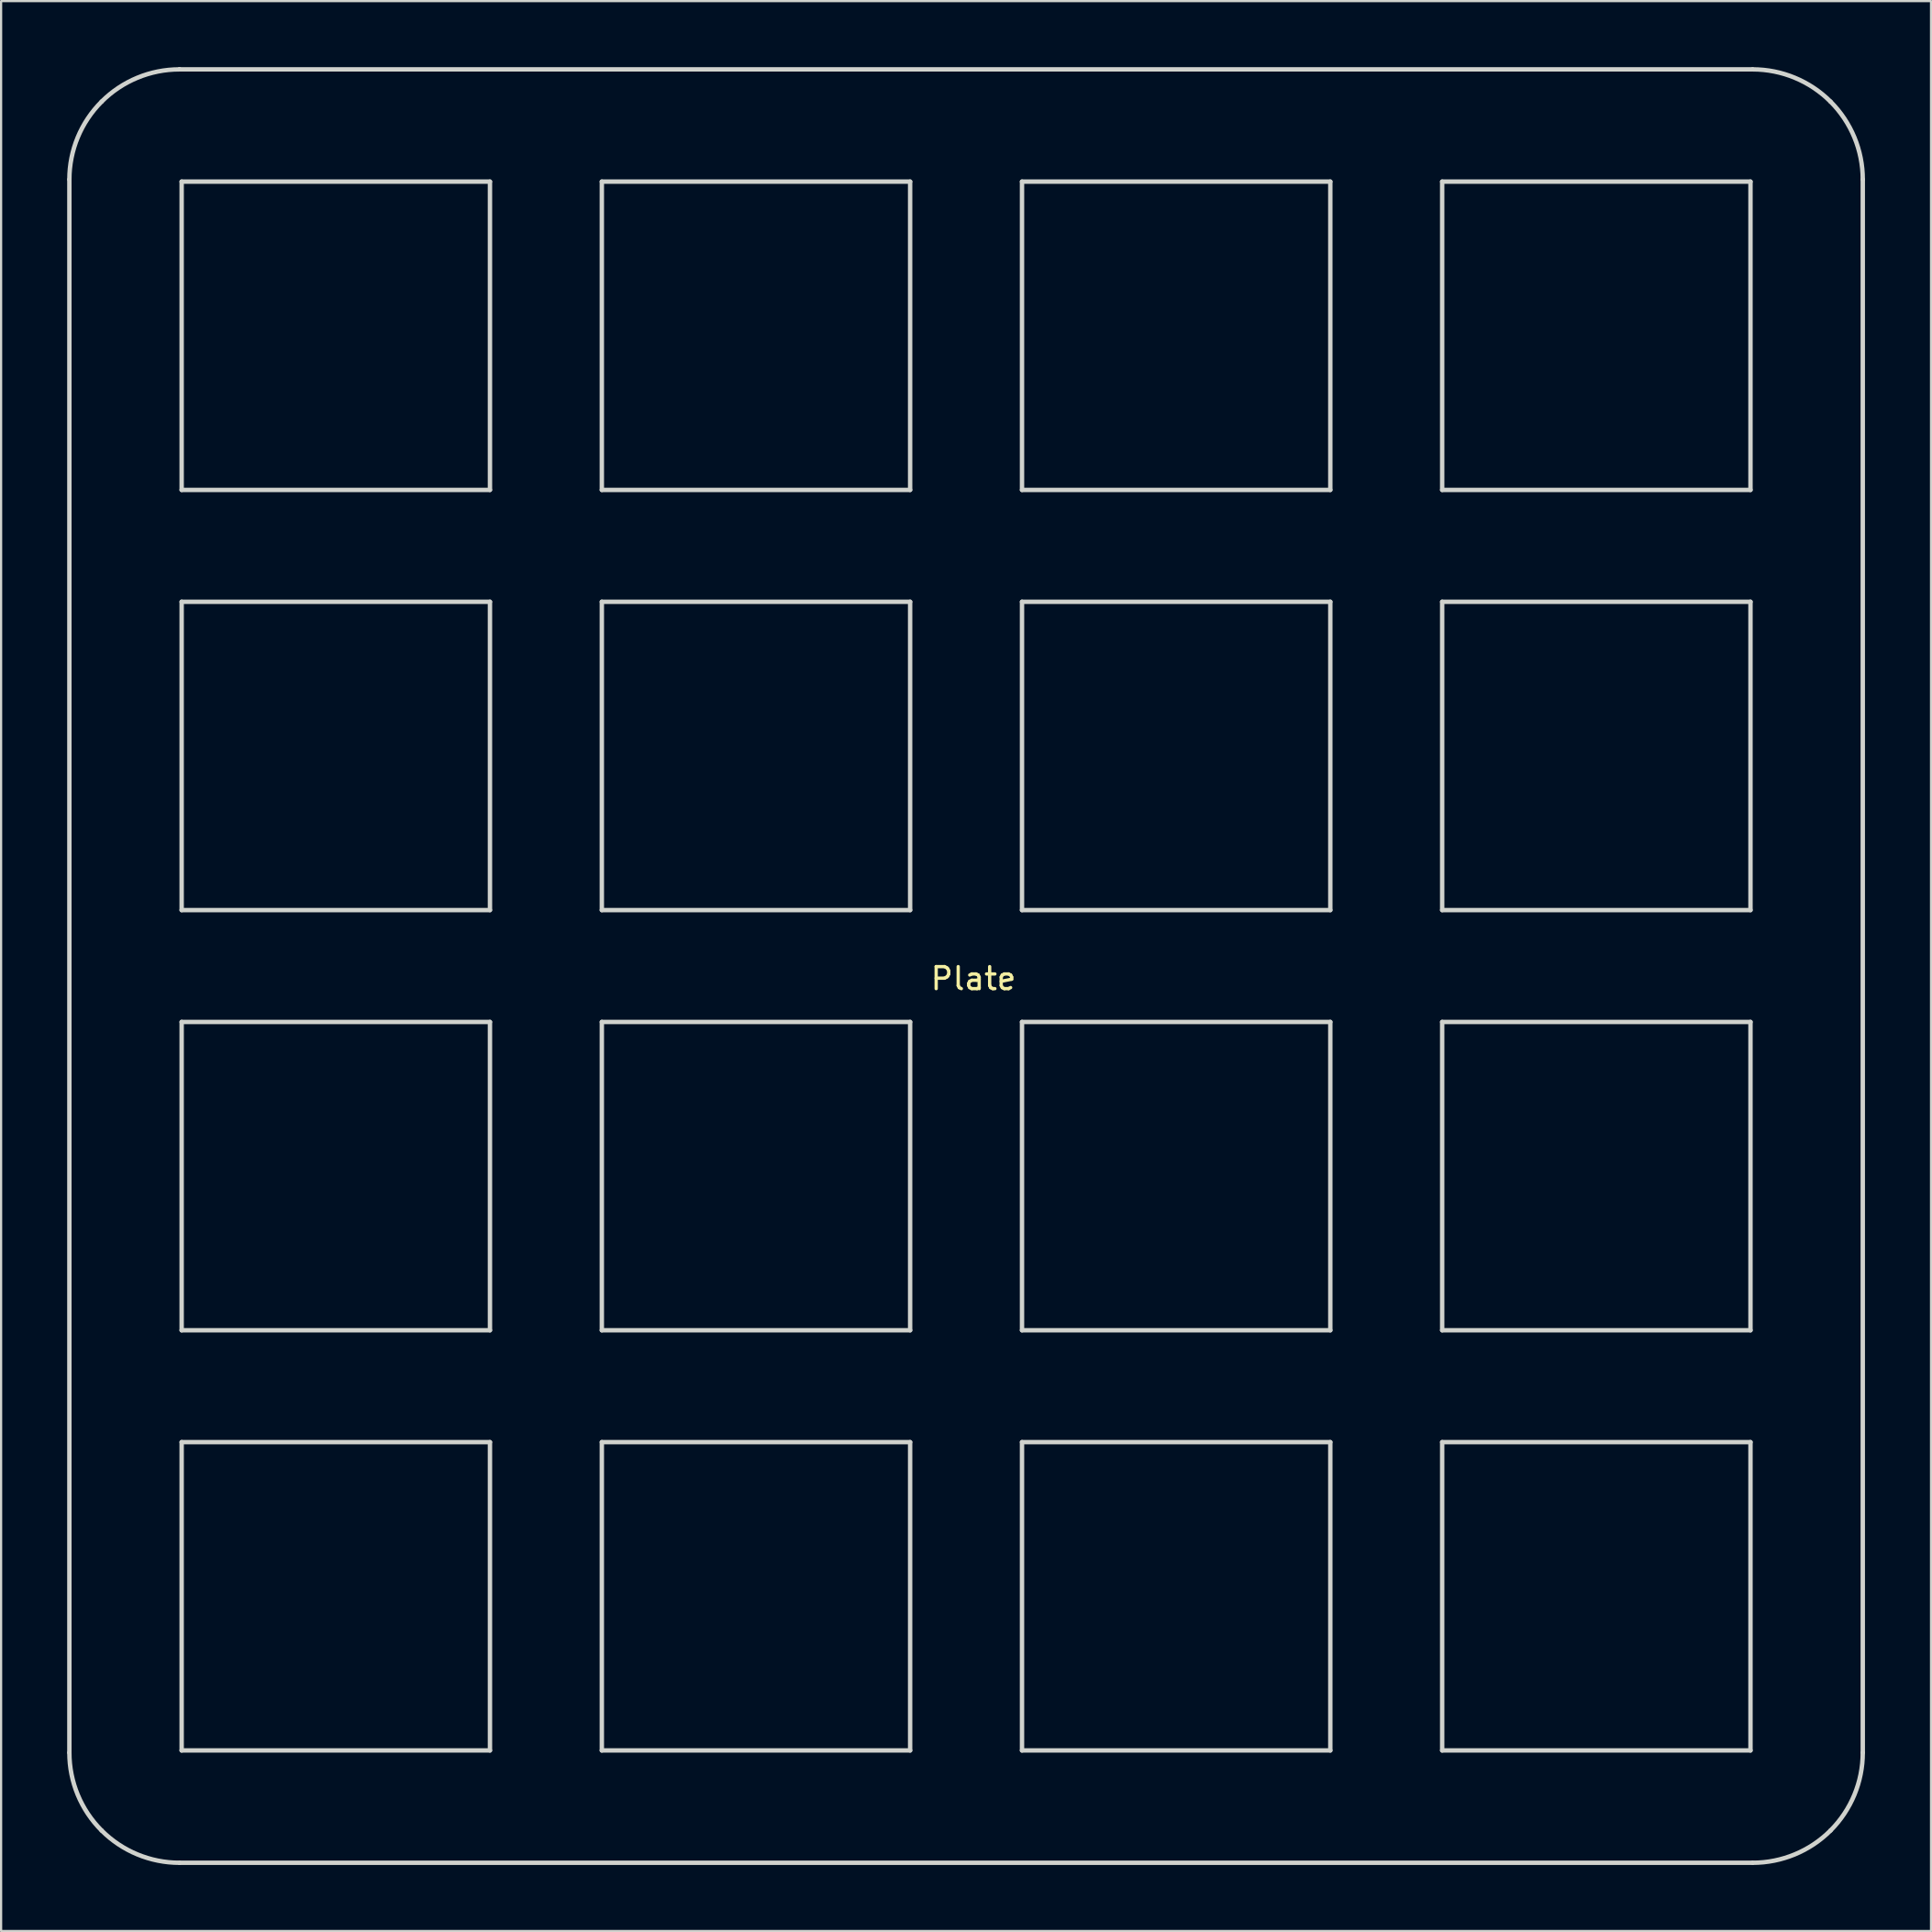
<source format=kicad_pcb>
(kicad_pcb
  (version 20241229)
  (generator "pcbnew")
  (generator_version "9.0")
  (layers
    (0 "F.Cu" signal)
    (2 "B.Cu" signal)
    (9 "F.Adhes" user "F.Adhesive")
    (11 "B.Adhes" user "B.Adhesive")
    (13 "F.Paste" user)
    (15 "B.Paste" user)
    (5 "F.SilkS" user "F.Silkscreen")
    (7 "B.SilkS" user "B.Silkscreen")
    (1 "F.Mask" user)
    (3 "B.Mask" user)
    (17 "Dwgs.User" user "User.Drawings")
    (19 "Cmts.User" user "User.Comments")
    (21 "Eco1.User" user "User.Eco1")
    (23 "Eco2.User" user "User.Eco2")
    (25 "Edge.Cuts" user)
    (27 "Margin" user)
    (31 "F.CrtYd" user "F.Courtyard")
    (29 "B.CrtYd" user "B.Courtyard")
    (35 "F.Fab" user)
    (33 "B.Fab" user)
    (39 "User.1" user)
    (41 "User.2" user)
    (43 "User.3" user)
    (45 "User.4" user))
  (footprint "Plate"
    (layer "F.Cu")
    (at 41.152 40.889)
    (property "Reference" "Plate" (at 0 0.5 0) (layer "F.SilkS") (effects (font (size 1 1) (thickness 0.15))))
    (attr through_hole)
    (fp_line (start -41.052 35.649) (end -41.052 -35.789) (stroke (width 0.2) (type solid)) (layer "Edge.Cuts"))
    (fp_line (start -36.052 -40.789) (end -36.052 -40.789) (stroke (width 0.2) (type solid)) (layer "Edge.Cuts"))
    (fp_line (start -36.052 -40.789) (end 35.386 -40.789) (stroke (width 0.2) (type solid)) (layer "Edge.Cuts"))
    (fp_line (start -35.953 -35.692) (end -21.953 -35.692) (stroke (width 0.2) (type solid)) (layer "Edge.Cuts"))
    (fp_line (start -35.953 -21.692) (end -35.953 -35.692) (stroke (width 0.2) (type solid)) (layer "Edge.Cuts"))
    (fp_line (start -35.953 -16.612) (end -21.953 -16.612) (stroke (width 0.2) (type solid)) (layer "Edge.Cuts"))
    (fp_line (start -35.953 -2.612) (end -35.953 -16.612) (stroke (width 0.2) (type solid)) (layer "Edge.Cuts"))
    (fp_line (start -35.953 2.468) (end -21.953 2.468) (stroke (width 0.2) (type solid)) (layer "Edge.Cuts"))
    (fp_line (start -35.953 16.468) (end -35.953 2.468) (stroke (width 0.2) (type solid)) (layer "Edge.Cuts"))
    (fp_line (start -35.953 21.548) (end -21.953 21.548) (stroke (width 0.2) (type solid)) (layer "Edge.Cuts"))
    (fp_line (start -35.953 35.548) (end -35.953 21.548) (stroke (width 0.2) (type solid)) (layer "Edge.Cuts"))
    (fp_line (start -21.953 -35.692) (end -21.953 -21.692) (stroke (width 0.2) (type solid)) (layer "Edge.Cuts"))
    (fp_line (start -21.953 -21.692) (end -35.953 -21.692) (stroke (width 0.2) (type solid)) (layer "Edge.Cuts"))
    (fp_line (start -21.953 -16.612) (end -21.953 -2.612) (stroke (width 0.2) (type solid)) (layer "Edge.Cuts"))
    (fp_line (start -21.953 -2.612) (end -35.953 -2.612) (stroke (width 0.2) (type solid)) (layer "Edge.Cuts"))
    (fp_line (start -21.953 2.468) (end -21.953 16.468) (stroke (width 0.2) (type solid)) (layer "Edge.Cuts"))
    (fp_line (start -21.953 16.468) (end -35.953 16.468) (stroke (width 0.2) (type solid)) (layer "Edge.Cuts"))
    (fp_line (start -21.953 21.548) (end -21.953 35.548) (stroke (width 0.2) (type solid)) (layer "Edge.Cuts"))
    (fp_line (start -21.953 35.548) (end -35.953 35.548) (stroke (width 0.2) (type solid)) (layer "Edge.Cuts"))
    (fp_line (start -16.873 -35.692) (end -2.873 -35.692) (stroke (width 0.2) (type solid)) (layer "Edge.Cuts"))
    (fp_line (start -16.873 -21.692) (end -16.873 -35.692) (stroke (width 0.2) (type solid)) (layer "Edge.Cuts"))
    (fp_line (start -16.873 -16.612) (end -2.873 -16.612) (stroke (width 0.2) (type solid)) (layer "Edge.Cuts"))
    (fp_line (start -16.873 -2.612) (end -16.873 -16.612) (stroke (width 0.2) (type solid)) (layer "Edge.Cuts"))
    (fp_line (start -16.873 2.468) (end -2.873 2.468) (stroke (width 0.2) (type solid)) (layer "Edge.Cuts"))
    (fp_line (start -16.873 16.468) (end -16.873 2.468) (stroke (width 0.2) (type solid)) (layer "Edge.Cuts"))
    (fp_line (start -16.873 21.548) (end -2.873 21.548) (stroke (width 0.2) (type solid)) (layer "Edge.Cuts"))
    (fp_line (start -16.873 35.548) (end -16.873 21.548) (stroke (width 0.2) (type solid)) (layer "Edge.Cuts"))
    (fp_line (start -2.873 -35.692) (end -2.873 -21.692) (stroke (width 0.2) (type solid)) (layer "Edge.Cuts"))
    (fp_line (start -2.873 -21.692) (end -16.873 -21.692) (stroke (width 0.2) (type solid)) (layer "Edge.Cuts"))
    (fp_line (start -2.873 -16.612) (end -2.873 -2.612) (stroke (width 0.2) (type solid)) (layer "Edge.Cuts"))
    (fp_line (start -2.873 -2.612) (end -16.873 -2.612) (stroke (width 0.2) (type solid)) (layer "Edge.Cuts"))
    (fp_line (start -2.873 2.468) (end -2.873 16.468) (stroke (width 0.2) (type solid)) (layer "Edge.Cuts"))
    (fp_line (start -2.873 16.468) (end -16.873 16.468) (stroke (width 0.2) (type solid)) (layer "Edge.Cuts"))
    (fp_line (start -2.873 21.548) (end -2.873 35.548) (stroke (width 0.2) (type solid)) (layer "Edge.Cuts"))
    (fp_line (start -2.873 35.548) (end -16.873 35.548) (stroke (width 0.2) (type solid)) (layer "Edge.Cuts"))
    (fp_line (start 2.207 -35.692) (end 16.207 -35.692) (stroke (width 0.2) (type solid)) (layer "Edge.Cuts"))
    (fp_line (start 2.207 -21.692) (end 2.207 -35.692) (stroke (width 0.2) (type solid)) (layer "Edge.Cuts"))
    (fp_line (start 2.207 -16.612) (end 16.207 -16.612) (stroke (width 0.2) (type solid)) (layer "Edge.Cuts"))
    (fp_line (start 2.207 -2.612) (end 2.207 -16.612) (stroke (width 0.2) (type solid)) (layer "Edge.Cuts"))
    (fp_line (start 2.207 2.468) (end 16.207 2.468) (stroke (width 0.2) (type solid)) (layer "Edge.Cuts"))
    (fp_line (start 2.207 16.468) (end 2.207 2.468) (stroke (width 0.2) (type solid)) (layer "Edge.Cuts"))
    (fp_line (start 2.207 21.548) (end 16.207 21.548) (stroke (width 0.2) (type solid)) (layer "Edge.Cuts"))
    (fp_line (start 2.207 35.548) (end 2.207 21.548) (stroke (width 0.2) (type solid)) (layer "Edge.Cuts"))
    (fp_line (start 16.207 -35.692) (end 16.207 -21.692) (stroke (width 0.2) (type solid)) (layer "Edge.Cuts"))
    (fp_line (start 16.207 -21.692) (end 2.207 -21.692) (stroke (width 0.2) (type solid)) (layer "Edge.Cuts"))
    (fp_line (start 16.207 -16.612) (end 16.207 -2.612) (stroke (width 0.2) (type solid)) (layer "Edge.Cuts"))
    (fp_line (start 16.207 -2.612) (end 2.207 -2.612) (stroke (width 0.2) (type solid)) (layer "Edge.Cuts"))
    (fp_line (start 16.207 2.468) (end 16.207 16.468) (stroke (width 0.2) (type solid)) (layer "Edge.Cuts"))
    (fp_line (start 16.207 16.468) (end 2.207 16.468) (stroke (width 0.2) (type solid)) (layer "Edge.Cuts"))
    (fp_line (start 16.207 21.548) (end 16.207 35.548) (stroke (width 0.2) (type solid)) (layer "Edge.Cuts"))
    (fp_line (start 16.207 35.548) (end 2.207 35.548) (stroke (width 0.2) (type solid)) (layer "Edge.Cuts"))
    (fp_line (start 21.287 -35.692) (end 35.287 -35.692) (stroke (width 0.2) (type solid)) (layer "Edge.Cuts"))
    (fp_line (start 21.287 -21.692) (end 21.287 -35.692) (stroke (width 0.2) (type solid)) (layer "Edge.Cuts"))
    (fp_line (start 21.287 -16.612) (end 35.287 -16.612) (stroke (width 0.2) (type solid)) (layer "Edge.Cuts"))
    (fp_line (start 21.287 -2.612) (end 21.287 -16.612) (stroke (width 0.2) (type solid)) (layer "Edge.Cuts"))
    (fp_line (start 21.287 2.468) (end 35.287 2.468) (stroke (width 0.2) (type solid)) (layer "Edge.Cuts"))
    (fp_line (start 21.287 16.468) (end 21.287 2.468) (stroke (width 0.2) (type solid)) (layer "Edge.Cuts"))
    (fp_line (start 21.287 21.548) (end 35.287 21.548) (stroke (width 0.2) (type solid)) (layer "Edge.Cuts"))
    (fp_line (start 21.287 35.548) (end 21.287 21.548) (stroke (width 0.2) (type solid)) (layer "Edge.Cuts"))
    (fp_line (start 35.287 -35.692) (end 35.287 -21.692) (stroke (width 0.2) (type solid)) (layer "Edge.Cuts"))
    (fp_line (start 35.287 -21.692) (end 21.287 -21.692) (stroke (width 0.2) (type solid)) (layer "Edge.Cuts"))
    (fp_line (start 35.287 -16.612) (end 35.287 -2.612) (stroke (width 0.2) (type solid)) (layer "Edge.Cuts"))
    (fp_line (start 35.287 -2.612) (end 21.287 -2.612) (stroke (width 0.2) (type solid)) (layer "Edge.Cuts"))
    (fp_line (start 35.287 2.468) (end 35.287 16.468) (stroke (width 0.2) (type solid)) (layer "Edge.Cuts"))
    (fp_line (start 35.287 16.468) (end 21.287 16.468) (stroke (width 0.2) (type solid)) (layer "Edge.Cuts"))
    (fp_line (start 35.287 21.548) (end 35.287 35.548) (stroke (width 0.2) (type solid)) (layer "Edge.Cuts"))
    (fp_line (start 35.287 35.548) (end 21.287 35.548) (stroke (width 0.2) (type solid)) (layer "Edge.Cuts"))
    (fp_line (start 35.386 40.649) (end -36.052 40.649) (stroke (width 0.2) (type solid)) (layer "Edge.Cuts"))
    (fp_line (start 40.386 -35.789) (end 40.386 35.649) (stroke (width 0.2) (type solid)) (layer "Edge.Cuts"))
    (fp_curve (pts (xy -41.052 -35.789) (xy -41.052 -37.115) (xy -40.525 -38.386) (xy -39.587 -39.324)) (stroke (width 0.2) (type solid)) (layer "Edge.Cuts"))
    (fp_curve (pts (xy -39.587 -39.324) (xy -38.649 -40.262) (xy -37.378 -40.789) (xy -36.052 -40.789)) (stroke (width 0.2) (type solid)) (layer "Edge.Cuts"))
    (fp_curve (pts (xy -39.587 39.184) (xy -40.525 38.247) (xy -41.052 36.975) (xy -41.052 35.649)) (stroke (width 0.2) (type solid)) (layer "Edge.Cuts"))
    (fp_curve (pts (xy -36.052 40.649) (xy -37.378 40.649) (xy -38.649 40.122) (xy -39.587 39.184)) (stroke (width 0.2) (type solid)) (layer "Edge.Cuts"))
    (fp_curve (pts (xy 35.386 -40.789) (xy 36.712 -40.789) (xy 37.984 -40.262) (xy 38.922 -39.324)) (stroke (width 0.2) (type solid)) (layer "Edge.Cuts"))
    (fp_curve (pts (xy 38.922 -39.324) (xy 39.859 -38.386) (xy 40.386 -37.115) (xy 40.386 -35.789)) (stroke (width 0.2) (type solid)) (layer "Edge.Cuts"))
    (fp_curve (pts (xy 38.922 39.184) (xy 37.984 40.122) (xy 36.712 40.649) (xy 35.386 40.649)) (stroke (width 0.2) (type solid)) (layer "Edge.Cuts"))
    (fp_curve (pts (xy 40.386 35.649) (xy 40.386 36.975) (xy 39.859 38.247) (xy 38.922 39.184)) (stroke (width 0.2) (type solid)) (layer "Edge.Cuts")))
  (gr_rect
    (start -3 -3)
    (end 84.638 84.638)
    (stroke (width 0.1) (type default))
    (fill no)
    (layer "Edge.Cuts")))
</source>
